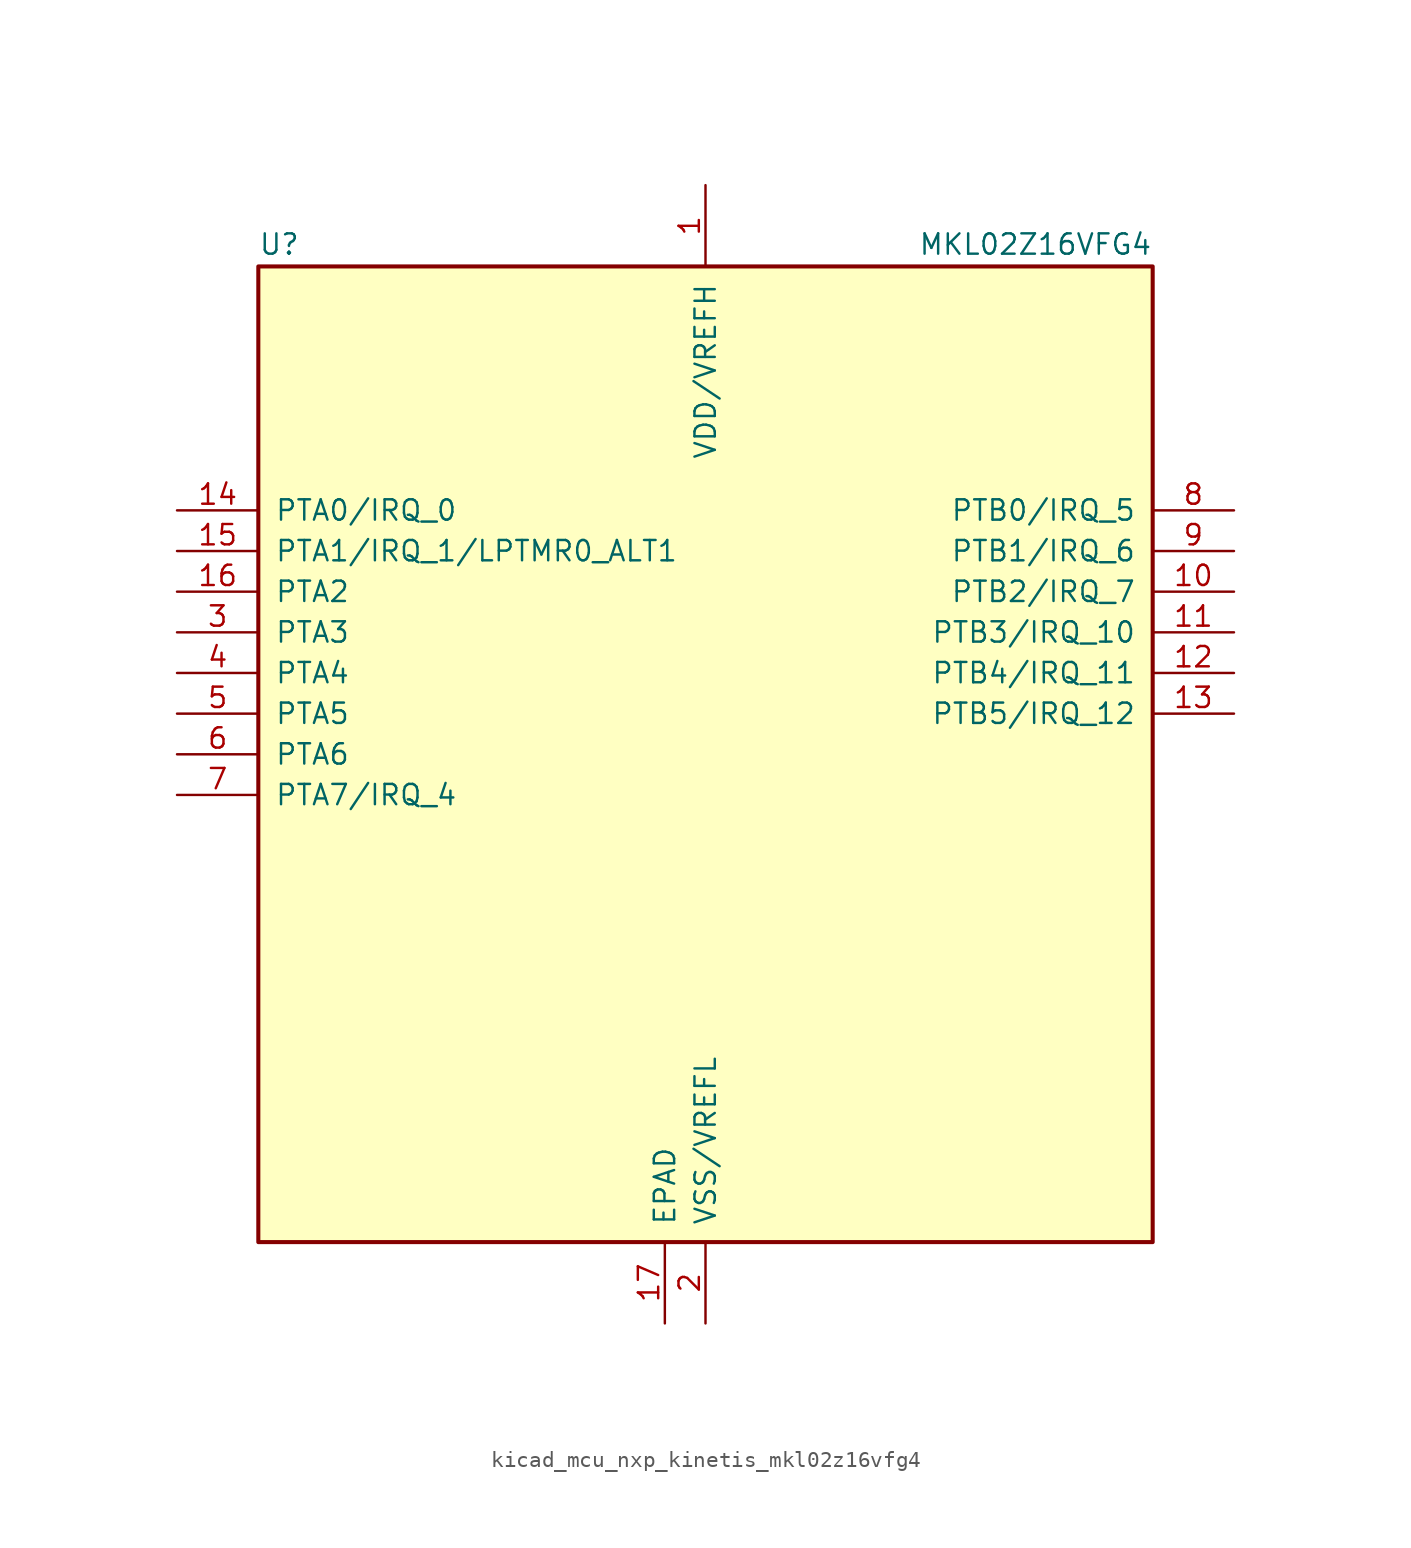
<source format=kicad_sym>
(kicad_symbol_lib
  (version 20220914)
  (generator kicad_symbol_editor)
  (symbol "kicad_mcu_nxp_kinetis_mkl02z16vfg4"
    (pin_names
      (offset 1.016))
    (property "Reference" "U"
      (at -27.94 31.115 0)
      (effects (font (size 1.27 1.27)) (justify left bottom)))
    (property "Value" "MKL02Z16VFG4"
      (at 27.94 31.115 0)
      (effects (font (size 1.27 1.27)) (justify right bottom)))
    (symbol "kicad_mcu_nxp_kinetis_mkl02z16vfg4_0_1"
      (rectangle (start -27.94 30.48) (end 27.94 -30.48) (stroke (width 0.254) (type default)) (fill (type background))))
    (symbol "kicad_mcu_nxp_kinetis_mkl02z16vfg4_1_1"
      (pin power_in line (at 0 35.56 270) (length 5.08) (name "VDD/VREFH" (effects (font (size 1.27 1.27)))) (number "1" (effects (font (size 1.27 1.27)))))
      (pin bidirectional line (at 33.02 10.16 180) (length 5.08) (name "PTB2/IRQ_7" (effects (font (size 1.27 1.27)))) (number "10" (effects (font (size 1.27 1.27)))))
      (pin bidirectional line (at 33.02 7.62 180) (length 5.08) (name "PTB3/IRQ_10" (effects (font (size 1.27 1.27)))) (number "11" (effects (font (size 1.27 1.27)))))
      (pin bidirectional line (at 33.02 5.08 180) (length 5.08) (name "PTB4/IRQ_11" (effects (font (size 1.27 1.27)))) (number "12" (effects (font (size 1.27 1.27)))))
      (pin bidirectional line (at 33.02 2.54 180) (length 5.08) (name "PTB5/IRQ_12" (effects (font (size 1.27 1.27)))) (number "13" (effects (font (size 1.27 1.27)))))
      (pin bidirectional line (at -33.02 15.24 0) (length 5.08) (name "PTA0/IRQ_0" (effects (font (size 1.27 1.27)))) (number "14" (effects (font (size 1.27 1.27)))))
      (pin bidirectional line (at -33.02 12.7 0) (length 5.08) (name "PTA1/IRQ_1/LPTMR0_ALT1" (effects (font (size 1.27 1.27)))) (number "15" (effects (font (size 1.27 1.27)))))
      (pin bidirectional line (at -33.02 10.16 0) (length 5.08) (name "PTA2" (effects (font (size 1.27 1.27)))) (number "16" (effects (font (size 1.27 1.27)))))
      (pin power_in line (at -2.54 -35.56 90) (length 5.08) (name "EPAD" (effects (font (size 1.27 1.27)))) (number "17" (effects (font (size 1.27 1.27)))))
      (pin power_in line (at 0 -35.56 90) (length 5.08) (name "VSS/VREFL" (effects (font (size 1.27 1.27)))) (number "2" (effects (font (size 1.27 1.27)))))
      (pin bidirectional line (at -33.02 7.62 0) (length 5.08) (name "PTA3" (effects (font (size 1.27 1.27)))) (number "3" (effects (font (size 1.27 1.27)))))
      (pin bidirectional line (at -33.02 5.08 0) (length 5.08) (name "PTA4" (effects (font (size 1.27 1.27)))) (number "4" (effects (font (size 1.27 1.27)))))
      (pin bidirectional line (at -33.02 2.54 0) (length 5.08) (name "PTA5" (effects (font (size 1.27 1.27)))) (number "5" (effects (font (size 1.27 1.27)))))
      (pin bidirectional line (at -33.02 0 0) (length 5.08) (name "PTA6" (effects (font (size 1.27 1.27)))) (number "6" (effects (font (size 1.27 1.27)))))
      (pin bidirectional line (at -33.02 -2.54 0) (length 5.08) (name "PTA7/IRQ_4" (effects (font (size 1.27 1.27)))) (number "7" (effects (font (size 1.27 1.27)))))
      (pin bidirectional line (at 33.02 15.24 180) (length 5.08) (name "PTB0/IRQ_5" (effects (font (size 1.27 1.27)))) (number "8" (effects (font (size 1.27 1.27)))))
      (pin bidirectional line (at 33.02 12.7 180) (length 5.08) (name "PTB1/IRQ_6" (effects (font (size 1.27 1.27)))) (number "9" (effects (font (size 1.27 1.27))))))))
</source>
